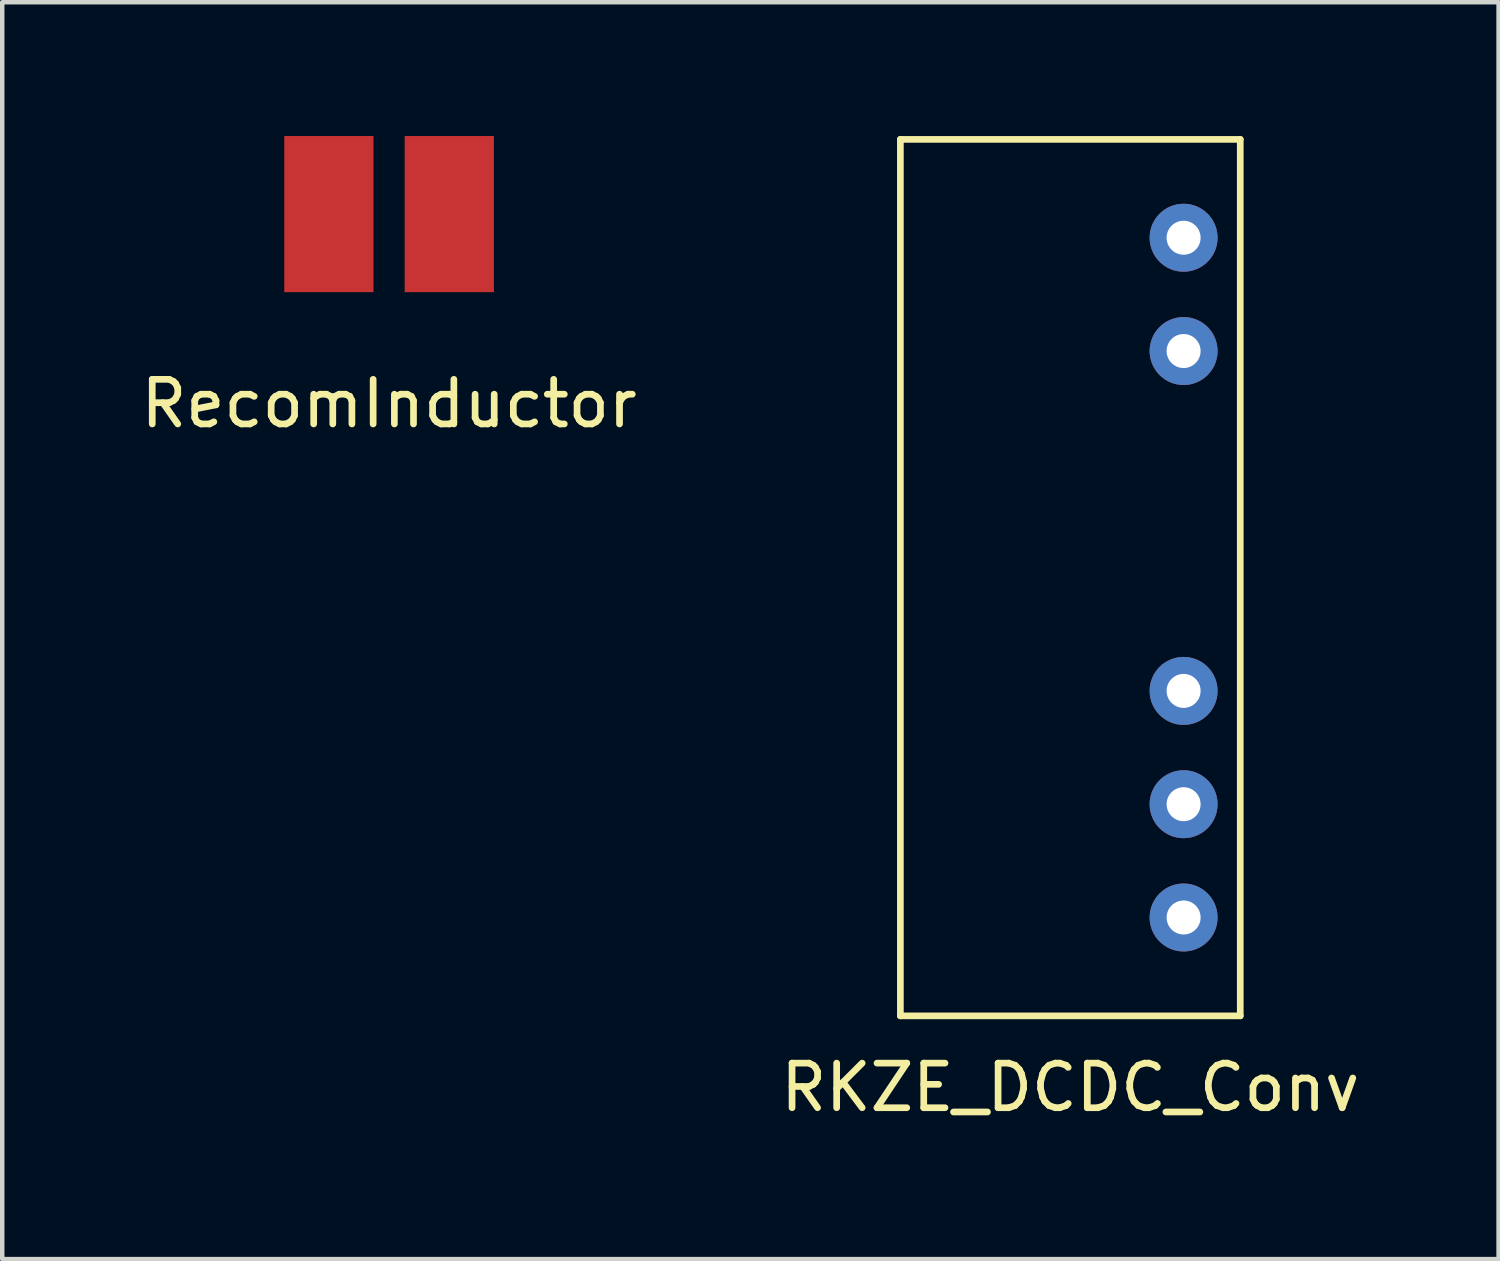
<source format=kicad_pcb>
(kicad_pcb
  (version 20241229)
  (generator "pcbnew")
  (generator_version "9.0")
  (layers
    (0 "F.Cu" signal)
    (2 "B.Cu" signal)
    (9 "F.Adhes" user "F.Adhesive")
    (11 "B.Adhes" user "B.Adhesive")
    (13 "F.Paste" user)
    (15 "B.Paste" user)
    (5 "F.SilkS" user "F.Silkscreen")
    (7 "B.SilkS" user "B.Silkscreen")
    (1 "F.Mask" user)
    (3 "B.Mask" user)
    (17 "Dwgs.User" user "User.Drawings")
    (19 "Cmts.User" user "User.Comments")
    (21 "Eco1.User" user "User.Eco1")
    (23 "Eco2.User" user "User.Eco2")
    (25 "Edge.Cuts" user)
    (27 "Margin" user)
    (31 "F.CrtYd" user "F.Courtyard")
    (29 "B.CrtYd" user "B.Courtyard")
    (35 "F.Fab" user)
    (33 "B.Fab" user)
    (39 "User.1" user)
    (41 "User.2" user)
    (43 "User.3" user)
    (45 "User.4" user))
  (footprint "RecomInductor"
    (layer "F.Cu")
    (at 5.673 1.75)
    (property "Reference" "RecomInductor" (at 0 4.25 0) (layer "F.SilkS") (effects (font (size 1 1) (thickness 0.15))))
    (attr through_hole)
    (pad "1" smd rect (at -1.35 0) (size 2 3.5) (layers "F.Cu" "F.Mask" "F.Paste"))
    (pad "2" smd rect (at 1.35 0) (size 2 3.5) (layers "F.Cu" "F.Mask" "F.Paste")))
  (footprint "RKZE_DCDC_Conv"
    (layer "F.Cu")
    (at 20.946 9.9)
    (property "Reference" "RKZE_DCDC_Conv" (at 0 11.43 0) (layer "F.SilkS") (effects (font (size 1 1) (thickness 0.15))))
    (attr through_hole)
    (fp_line (start -3.81 -9.825) (end 3.81 -9.825) (stroke (width 0.15) (type solid)) (layer "F.SilkS"))
    (fp_line (start -3.81 9.825) (end -3.81 -9.825) (stroke (width 0.15) (type solid)) (layer "F.SilkS"))
    (fp_line (start 3.81 -9.825) (end 3.81 9.825) (stroke (width 0.15) (type solid)) (layer "F.SilkS"))
    (fp_line (start 3.81 9.825) (end -3.81 9.825) (stroke (width 0.15) (type solid)) (layer "F.SilkS"))
    (pad "1" thru_hole circle (at 2.54 -7.62) (size 1.524 1.524) (drill 0.762) (layers "*.Cu" "*.Mask"))
    (pad "2" thru_hole circle (at 2.54 -5.08) (size 1.524 1.524) (drill 0.762) (layers "*.Cu" "*.Mask"))
    (pad "5" thru_hole circle (at 2.54 2.54) (size 1.524 1.524) (drill 0.762) (layers "*.Cu" "*.Mask"))
    (pad "6" thru_hole circle (at 2.54 5.08) (size 1.524 1.524) (drill 0.762) (layers "*.Cu" "*.Mask"))
    (pad "7" thru_hole circle (at 2.54 7.62) (size 1.524 1.524) (drill 0.762) (layers "*.Cu" "*.Mask")))
  (gr_rect
    (start -3 -3)
    (end 30.548 25.178)
    (stroke (width 0.1) (type default))
    (fill no)
    (layer "Edge.Cuts")))
</source>
